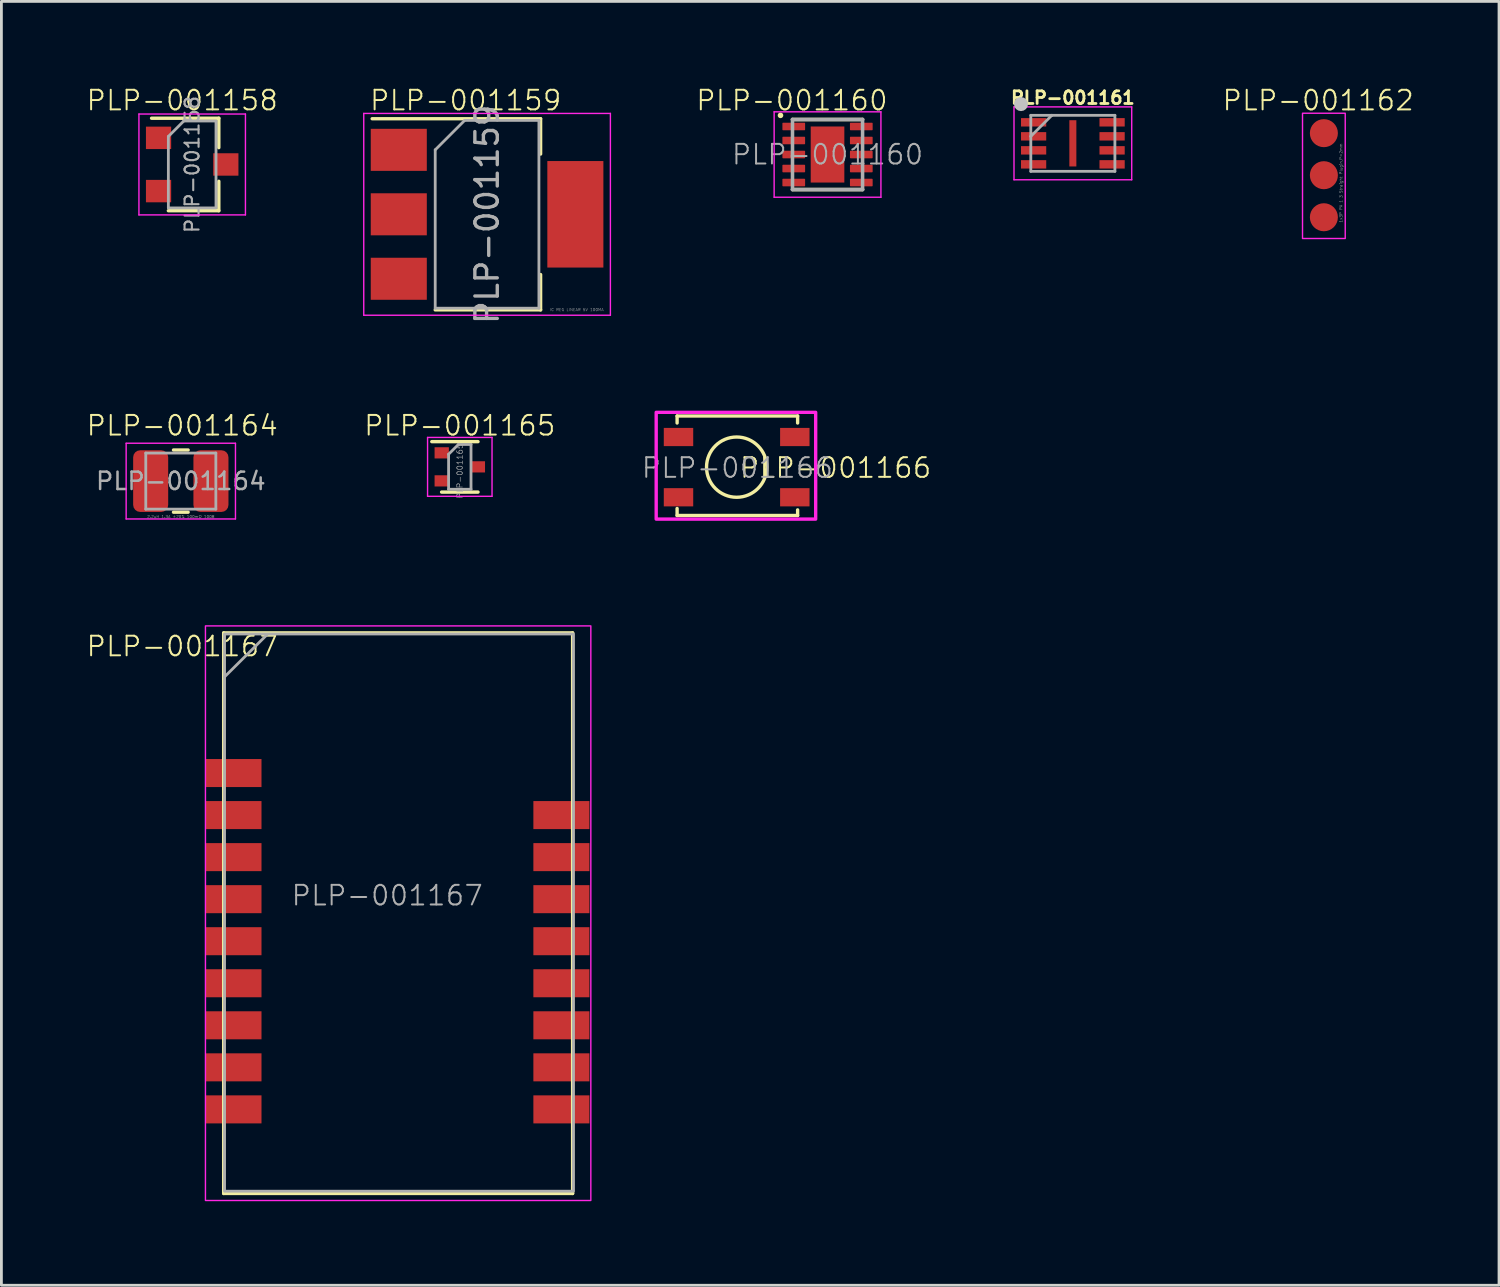
<source format=kicad_pcb>
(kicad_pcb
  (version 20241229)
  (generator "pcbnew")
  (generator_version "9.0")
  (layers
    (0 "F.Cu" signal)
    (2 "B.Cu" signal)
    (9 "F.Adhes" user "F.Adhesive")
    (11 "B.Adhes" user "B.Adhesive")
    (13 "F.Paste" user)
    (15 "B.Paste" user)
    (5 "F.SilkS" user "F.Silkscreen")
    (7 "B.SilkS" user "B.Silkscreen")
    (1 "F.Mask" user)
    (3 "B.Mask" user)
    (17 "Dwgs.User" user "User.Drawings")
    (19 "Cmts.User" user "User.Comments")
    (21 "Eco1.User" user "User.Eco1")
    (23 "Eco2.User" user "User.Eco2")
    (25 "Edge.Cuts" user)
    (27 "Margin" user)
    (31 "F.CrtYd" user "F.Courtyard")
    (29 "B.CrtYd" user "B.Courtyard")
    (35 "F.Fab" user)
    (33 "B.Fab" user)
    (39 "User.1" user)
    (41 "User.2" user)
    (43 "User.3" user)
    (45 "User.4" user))
  (footprint "PLP-001161"
    (layer "F.Cu")
    (at 35.228 2.064)
    (property "Reference" "PLP-001161" (at 0 -1.626 0) (layer "F.SilkS") (effects (font (size 0.45 0.45) (thickness 0.1))))
    (attr through_hole)
    (fp_circle (center -1.85 -1.4) (end -1.725 -1.4) (stroke (width 0.25) (type solid)) (fill no) (layer "Dwgs.User"))
    (fp_line (start -2.1 -1.3) (end 2.1 -1.3) (stroke (width 0.05) (type solid)) (layer "F.CrtYd"))
    (fp_line (start -2.1 1.3) (end -2.1 -1.3) (stroke (width 0.05) (type solid)) (layer "F.CrtYd"))
    (fp_line (start 2.1 -1.3) (end 2.1 1.3) (stroke (width 0.05) (type solid)) (layer "F.CrtYd"))
    (fp_line (start 2.1 1.3) (end -2.1 1.3) (stroke (width 0.05) (type solid)) (layer "F.CrtYd"))
    (fp_line (start -1.5 -1) (end -0.75 -1) (stroke (width 0.1) (type solid)) (layer "F.Fab"))
    (fp_line (start -1.5 -0.25) (end -1.5 -1) (stroke (width 0.1) (type solid)) (layer "F.Fab"))
    (fp_line (start -1.5 -0.25) (end -0.75 -1) (stroke (width 0.1) (type solid)) (layer "F.Fab"))
    (fp_line (start -1.5 1) (end -1.5 -0.25) (stroke (width 0.1) (type solid)) (layer "F.Fab"))
    (fp_line (start -0.75 -1) (end 1.5 -1) (stroke (width 0.1) (type solid)) (layer "F.Fab"))
    (fp_line (start 1.5 -1) (end 1.5 1) (stroke (width 0.1) (type solid)) (layer "F.Fab"))
    (fp_line (start 1.5 1) (end -1.5 1) (stroke (width 0.1) (type solid)) (layer "F.Fab"))
    (pad "1" smd rect (at -1.4 -0.75) (size 0.9 0.3) (layers "F.Cu" "F.Mask" "F.Paste"))
    (pad "2" smd rect (at -1.4 -0.25) (size 0.9 0.3) (layers "F.Cu" "F.Mask" "F.Paste"))
    (pad "3" smd rect (at -1.4 0.25) (size 0.9 0.3) (layers "F.Cu" "F.Mask" "F.Paste"))
    (pad "4" smd rect (at -1.4 0.75) (size 0.9 0.3) (layers "F.Cu" "F.Mask" "F.Paste"))
    (pad "5" smd rect (at 1.4 0.75) (size 0.9 0.3) (layers "F.Cu" "F.Mask" "F.Paste"))
    (pad "6" smd rect (at 1.4 0.25) (size 0.9 0.3) (layers "F.Cu" "F.Mask" "F.Paste"))
    (pad "7" smd rect (at 1.4 -0.25) (size 0.9 0.3) (layers "F.Cu" "F.Mask" "F.Paste"))
    (pad "8" smd rect (at 1.4 -0.75) (size 0.9 0.3) (layers "F.Cu" "F.Mask" "F.Paste"))
    (pad "9" smd rect (at 0 0 90) (size 1.65 0.25) (layers "F.Cu" "F.Mask" "F.Paste")))
  (footprint "PLP-001159"
    (layer "F.Cu")
    (at 14.328 4.596)
    (property "Reference" "PLP-001159" (at -0.762 -4.064 0) (layer "F.SilkS") (effects (font (size 0.7 0.7) (thickness 0.07))))
    (attr smd)
    (fp_line (start -4.1 -3.41) (end 1.91 -3.41) (stroke (width 0.12) (type solid)) (layer "F.SilkS"))
    (fp_line (start -1.85 3.41) (end 1.91 3.41) (stroke (width 0.12) (type solid)) (layer "F.SilkS"))
    (fp_line (start 1.91 -3.41) (end 1.91 -2.15) (stroke (width 0.12) (type solid)) (layer "F.SilkS"))
    (fp_line (start 1.91 3.41) (end 1.91 2.15) (stroke (width 0.12) (type solid)) (layer "F.SilkS"))
    (fp_line (start -4.4 -3.6) (end -4.4 3.6) (stroke (width 0.05) (type solid)) (layer "F.CrtYd"))
    (fp_line (start -4.4 3.6) (end 4.4 3.6) (stroke (width 0.05) (type solid)) (layer "F.CrtYd"))
    (fp_line (start 4.4 -3.6) (end -4.4 -3.6) (stroke (width 0.05) (type solid)) (layer "F.CrtYd"))
    (fp_line (start 4.4 3.6) (end 4.4 -3.6) (stroke (width 0.05) (type solid)) (layer "F.CrtYd"))
    (fp_line (start -1.85 -2.3) (end -1.85 3.35) (stroke (width 0.1) (type solid)) (layer "F.Fab"))
    (fp_line (start -1.85 -2.3) (end -0.8 -3.35) (stroke (width 0.1) (type solid)) (layer "F.Fab"))
    (fp_line (start -1.85 3.35) (end 1.85 3.35) (stroke (width 0.1) (type solid)) (layer "F.Fab"))
    (fp_line (start -0.8 -3.35) (end 1.85 -3.35) (stroke (width 0.1) (type solid)) (layer "F.Fab"))
    (fp_line (start 1.85 -3.35) (end 1.85 3.35) (stroke (width 0.1) (type solid)) (layer "F.Fab"))
    (fp_text user "${REFERENCE}" (at 0 0 90) (layer "F.Fab") (effects (font (size 0.8 0.8) (thickness 0.12))))
    (fp_text user "IC REG LINEAR 5V 100MA" (at 3.2 3.404 0) (layer "F.Fab") (effects (font (size 0.1 0.1) (thickness 0.01))))
    (pad "1" smd rect (at -3.15 -2.3) (size 2 1.5) (layers "F.Cu" "F.Mask" "F.Paste"))
    (pad "2" smd rect (at -3.15 0) (size 2 1.5) (layers "F.Cu" "F.Mask" "F.Paste"))
    (pad "3" smd rect (at -3.15 2.3) (size 2 1.5) (layers "F.Cu" "F.Mask" "F.Paste"))
    (pad "4" smd rect (at 3.15 0) (size 2 3.8) (layers "F.Cu" "F.Mask" "F.Paste")))
  (footprint "PLP-001158"
    (layer "F.Cu")
    (at 3.807 2.818)
    (property "Reference" "PLP-001158" (at -0.356 -2.286 180) (layer "F.SilkS") (effects (font (size 0.7 0.7) (thickness 0.07))))
    (attr smd)
    (fp_line (start -1.45 -1.65) (end 0.95 -1.65) (stroke (width 0.12) (type solid)) (layer "F.SilkS"))
    (fp_line (start -0.85 1.65) (end 0.95 1.65) (stroke (width 0.12) (type solid)) (layer "F.SilkS"))
    (fp_line (start 0.95 -1.65) (end 0.95 -0.6) (stroke (width 0.12) (type solid)) (layer "F.SilkS"))
    (fp_line (start 0.95 1.65) (end 0.95 0.6) (stroke (width 0.12) (type solid)) (layer "F.SilkS"))
    (fp_line (start -1.9 -1.8) (end -1.9 1.8) (stroke (width 0.05) (type solid)) (layer "F.CrtYd"))
    (fp_line (start -1.9 -1.8) (end 1.9 -1.8) (stroke (width 0.05) (type solid)) (layer "F.CrtYd"))
    (fp_line (start 1.9 1.8) (end -1.9 1.8) (stroke (width 0.05) (type solid)) (layer "F.CrtYd"))
    (fp_line (start 1.9 1.8) (end 1.9 -1.8) (stroke (width 0.05) (type solid)) (layer "F.CrtYd"))
    (fp_line (start -0.85 1.55) (end -0.85 -1) (stroke (width 0.1) (type solid)) (layer "F.Fab"))
    (fp_line (start -0.85 1.55) (end 0.85 1.55) (stroke (width 0.1) (type solid)) (layer "F.Fab"))
    (fp_line (start -0.3 -1.55) (end -0.85 -1) (stroke (width 0.1) (type solid)) (layer "F.Fab"))
    (fp_line (start -0.3 -1.55) (end 0.85 -1.55) (stroke (width 0.1) (type solid)) (layer "F.Fab"))
    (fp_line (start 0.85 -1.52) (end 0.85 1.52) (stroke (width 0.1) (type solid)) (layer "F.Fab"))
    (fp_text user "${REFERENCE}" (at 0 0 270) (layer "F.Fab") (effects (font (size 0.5 0.5) (thickness 0.075))))
    (pad "1" smd rect (at -1.2 -0.95) (size 0.9 0.8) (layers "F.Cu" "F.Mask" "F.Paste"))
    (pad "2" smd rect (at -1.2 0.95) (size 0.9 0.8) (layers "F.Cu" "F.Mask" "F.Paste"))
    (pad "3" smd rect (at 1.2 0) (size 0.9 0.8) (layers "F.Cu" "F.Mask" "F.Paste")))
  (footprint "PLP-001160"
    (layer "F.Cu")
    (at 26.475 2.463)
    (property "Reference" "PLP-001160" (at -1.27 -1.93 180) (layer "F.SilkS") (effects (font (size 0.7 0.7) (thickness 0.07))))
    (attr through_hole)
    (fp_line (start 1.25 -1.25) (end -1.25 -1.25) (stroke (width 0.127) (type solid)) (layer "F.SilkS"))
    (fp_line (start 1.25 1.25) (end -1.25 1.25) (stroke (width 0.127) (type solid)) (layer "F.SilkS"))
    (fp_circle (center -1.678 -1.397) (end -1.628 -1.397) (stroke (width 0.1) (type solid)) (fill no) (layer "F.SilkS"))
    (fp_poly (pts (xy -0.381 -0.63) (xy 0.38 -0.63) (xy 0.38 0.632) (xy -0.381 0.632)) (stroke (width 0.01) (type solid)) (fill yes) (layer "F.Paste"))
    (fp_line (start -1.905 -1.524) (end 1.905 -1.524) (stroke (width 0.05) (type solid)) (layer "F.CrtYd"))
    (fp_line (start -1.905 1.524) (end -1.905 -1.524) (stroke (width 0.05) (type solid)) (layer "F.CrtYd"))
    (fp_line (start 1.905 -1.524) (end 1.905 1.524) (stroke (width 0.05) (type solid)) (layer "F.CrtYd"))
    (fp_line (start 1.905 1.524) (end -1.905 1.524) (stroke (width 0.05) (type solid)) (layer "F.CrtYd"))
    (fp_line (start -1.25 -1.25) (end 1.25 -1.25) (stroke (width 0.127) (type solid)) (layer "F.Fab"))
    (fp_line (start -1.25 1.25) (end -1.25 -1.25) (stroke (width 0.127) (type solid)) (layer "F.Fab"))
    (fp_line (start 1.25 -1.25) (end 1.25 1.25) (stroke (width 0.127) (type solid)) (layer "F.Fab"))
    (fp_line (start 1.25 1.25) (end -1.25 1.25) (stroke (width 0.127) (type solid)) (layer "F.Fab"))
    (fp_text user "${REFERENCE}" (at 0 0 0) (layer "F.Fab") (effects (font (size 0.7 0.7) (thickness 0.07))))
    (pad "1" smd roundrect (at -1.205 -1) (size 0.81 0.27) (layers "F.Cu" "F.Mask" "F.Paste") (roundrect_rratio 0.09))
    (pad "2" smd roundrect (at -1.205 -0.5) (size 0.81 0.27) (layers "F.Cu" "F.Mask" "F.Paste") (roundrect_rratio 0.09))
    (pad "3" smd roundrect (at -1.205 0) (size 0.81 0.27) (layers "F.Cu" "F.Mask" "F.Paste") (roundrect_rratio 0.09))
    (pad "4" smd roundrect (at -1.205 0.5) (size 0.81 0.27) (layers "F.Cu" "F.Mask" "F.Paste") (roundrect_rratio 0.09))
    (pad "5" smd roundrect (at -1.205 1) (size 0.81 0.27) (layers "F.Cu" "F.Mask" "F.Paste") (roundrect_rratio 0.09))
    (pad "6" smd roundrect (at 1.205 1) (size 0.81 0.27) (layers "F.Cu" "F.Mask" "F.Paste") (roundrect_rratio 0.09))
    (pad "7" smd roundrect (at 1.205 0.5) (size 0.81 0.27) (layers "F.Cu" "F.Mask" "F.Paste") (roundrect_rratio 0.09))
    (pad "8" smd roundrect (at 1.205 0) (size 0.81 0.27) (layers "F.Cu" "F.Mask" "F.Paste") (roundrect_rratio 0.09))
    (pad "9" smd roundrect (at 1.205 -0.5) (size 0.81 0.27) (layers "F.Cu" "F.Mask" "F.Paste") (roundrect_rratio 0.09))
    (pad "10" smd roundrect (at 1.205 -1) (size 0.81 0.27) (layers "F.Cu" "F.Mask" "F.Paste") (roundrect_rratio 0.09))
    (pad "11" smd rect (at 0 0) (size 1.2 2) (layers "F.Cu" "F.Mask")))
  (footprint "PLP-001164"
    (layer "F.Cu")
    (at 3.401 14.115)
    (property "Reference" "PLP-001164" (at 0.051 -1.981 0) (layer "F.SilkS") (effects (font (size 0.7 0.7) (thickness 0.07))))
    (attr smd)
    (fp_line (start -0.261 -1.11) (end 0.261 -1.11) (stroke (width 0.12) (type solid)) (layer "F.SilkS"))
    (fp_line (start -0.261 1.11) (end 0.261 1.11) (stroke (width 0.12) (type solid)) (layer "F.SilkS"))
    (fp_line (start -1.95 -1.35) (end 1.95 -1.35) (stroke (width 0.05) (type solid)) (layer "F.CrtYd"))
    (fp_line (start -1.95 1.35) (end -1.95 -1.35) (stroke (width 0.05) (type solid)) (layer "F.CrtYd"))
    (fp_line (start 1.95 -1.35) (end 1.95 1.35) (stroke (width 0.05) (type solid)) (layer "F.CrtYd"))
    (fp_line (start 1.95 1.35) (end -1.95 1.35) (stroke (width 0.05) (type solid)) (layer "F.CrtYd"))
    (fp_line (start -1.25 -1) (end 1.25 -1) (stroke (width 0.1) (type solid)) (layer "F.Fab"))
    (fp_line (start -1.25 1) (end -1.25 -1) (stroke (width 0.1) (type solid)) (layer "F.Fab"))
    (fp_line (start 1.25 -1) (end 1.25 1) (stroke (width 0.1) (type solid)) (layer "F.Fab"))
    (fp_line (start 1.25 1) (end -1.25 1) (stroke (width 0.1) (type solid)) (layer "F.Fab"))
    (fp_text user "${REFERENCE}" (at 0 0 180) (layer "F.Fab") (effects (font (size 0.62 0.62) (thickness 0.09))))
    (fp_text user "2.2uH 1.3A ±20% 100mΩ 1008" (at 0 1.27 0) (layer "F.Fab") (effects (font (size 0.1 0.1) (thickness 0.01))))
    (pad "1" smd roundrect (at -1.075 0) (size 1.25 2.2) (layers "F.Cu" "F.Mask" "F.Paste") (roundrect_rratio 0.2))
    (pad "2" smd roundrect (at 1.075 0) (size 1.25 2.2) (layers "F.Cu" "F.Mask" "F.Paste") (roundrect_rratio 0.2)))
  (footprint "PLP-001166"
    (layer "F.Cu")
    (at 23.258 13.642)
    (property "Reference" "PLP-001166" (at 3.505 0 0) (layer "F.SilkS") (effects (font (size 0.7 0.7) (thickness 0.07))))
    (attr through_hole)
    (fp_line (start -2.15 -1.85) (end -2.15 -1.6) (stroke (width 0.12) (type solid)) (layer "F.SilkS"))
    (fp_line (start -2.15 -1.85) (end 2.15 -1.85) (stroke (width 0.12) (type solid)) (layer "F.SilkS"))
    (fp_line (start -2.15 1.7) (end -2.15 1.45) (stroke (width 0.12) (type solid)) (layer "F.SilkS"))
    (fp_line (start -2.15 1.7) (end 2.15 1.7) (stroke (width 0.12) (type solid)) (layer "F.SilkS"))
    (fp_line (start 2.15 -1.85) (end 2.15 -1.6) (stroke (width 0.12) (type solid)) (layer "F.SilkS"))
    (fp_line (start 2.15 1.7) (end 2.15 1.5) (stroke (width 0.12) (type solid)) (layer "F.SilkS"))
    (fp_circle (center -0.025 -0.025) (end -0.025 -1.1) (stroke (width 0.12) (type solid)) (fill no) (layer "F.SilkS"))
    (fp_rect (start -2.896 -1.981) (end 2.794 1.829) (stroke (width 0.12) (type solid)) (fill no) (layer "F.CrtYd"))
    (fp_text user "${REFERENCE}" (at 0 0 0) (unlocked yes) (layer "F.Fab") (effects (font (size 0.7 0.7) (thickness 0.07))))
    (pad "1" smd rect (at -2.1 -1.1) (size 1.05 0.65) (layers "F.Cu" "F.Mask" "F.Paste"))
    (pad "1" smd rect (at 2.05 -1.1) (size 1.05 0.65) (layers "F.Cu" "F.Mask" "F.Paste"))
    (pad "2" smd rect (at -2.1 1.05) (size 1.05 0.65) (layers "F.Cu" "F.Mask" "F.Paste"))
    (pad "2" smd rect (at 2.05 1.05) (size 1.05 0.65) (layers "F.Cu" "F.Mask" "F.Paste")))
  (footprint "PLP-001167"
    (layer "F.Cu")
    (at 5.28 24.531)
    (property "Reference" "PLP-001167" (at -1.829 -4.521 0) (unlocked yes) (layer "F.SilkS") (effects (font (size 0.7 0.7) (thickness 0.07))))
    (attr smd)
    (fp_line (start -0.35 -5) (end 12.1 -5) (stroke (width 0.12) (type solid)) (layer "F.SilkS"))
    (fp_line (start -0.35 15) (end -0.35 -5) (stroke (width 0.12) (type solid)) (layer "F.SilkS"))
    (fp_line (start 12.1 -5) (end 12.1 15) (stroke (width 0.12) (type solid)) (layer "F.SilkS"))
    (fp_line (start 12.1 15) (end -0.35 15) (stroke (width 0.12) (type solid)) (layer "F.SilkS"))
    (fp_rect (start -1 -5.25) (end 12.75 15.25) (stroke (width 0.05) (type default)) (fill no) (layer "F.CrtYd"))
    (fp_line (start -0.32 -3.43) (end 1.19 -4.93) (stroke (width 0.1) (type default)) (layer "F.Fab"))
    (fp_rect (start -0.32 -4.96) (end 12.13 14.92) (stroke (width 0.1) (type default)) (fill no) (layer "F.Fab"))
    (fp_text user "${REFERENCE}" (at 5.486 4.369 0) (unlocked yes) (layer "F.Fab") (effects (font (size 0.7 0.7) (thickness 0.07))))
    (pad "0" smd rect (at 0 0) (size 2 1) (layers "F.Cu" "F.Mask" "F.Paste"))
    (pad "1" smd rect (at 0 1.5) (size 2 1) (layers "F.Cu" "F.Mask" "F.Paste"))
    (pad "2" smd rect (at 0 3) (size 2 1) (layers "F.Cu" "F.Mask" "F.Paste"))
    (pad "3" smd rect (at 0 4.5) (size 2 1) (layers "F.Cu" "F.Mask" "F.Paste"))
    (pad "4" smd rect (at 0 6) (size 2 1) (layers "F.Cu" "F.Mask" "F.Paste"))
    (pad "5" smd rect (at 0 7.5) (size 2 1) (layers "F.Cu" "F.Mask" "F.Paste"))
    (pad "6" smd rect (at 0 9) (size 2 1) (layers "F.Cu" "F.Mask" "F.Paste"))
    (pad "7" smd rect (at 0 10.5) (size 2 1) (layers "F.Cu" "F.Mask" "F.Paste"))
    (pad "8" smd rect (at 0 12) (size 2 1) (layers "F.Cu" "F.Mask" "F.Paste"))
    (pad "9" smd rect (at 11.7 12) (size 2 1) (layers "F.Cu" "F.Mask" "F.Paste"))
    (pad "10" smd rect (at 11.7 10.5) (size 2 1) (layers "F.Cu" "F.Mask" "F.Paste"))
    (pad "11" smd rect (at 11.7 9) (size 2 1) (layers "F.Cu" "F.Mask" "F.Paste"))
    (pad "12" smd rect (at 11.7 7.5) (size 2 1) (layers "F.Cu" "F.Mask" "F.Paste"))
    (pad "13" smd rect (at 11.7 6) (size 2 1) (layers "F.Cu" "F.Mask" "F.Paste"))
    (pad "14" smd rect (at 11.7 4.5) (size 2 1) (layers "F.Cu" "F.Mask" "F.Paste"))
    (pad "15" smd rect (at 11.7 3) (size 2 1) (layers "F.Cu" "F.Mask" "F.Paste"))
    (pad "16" smd rect (at 11.7 1.5) (size 2 1) (layers "F.Cu" "F.Mask" "F.Paste"))
    (zone (net_name "") (layer "F.Cu") (hatch edge 0.508) (connect_pads) (min_thickness 0.254) (filled_areas_thickness no) (keepout (tracks not_allowed) (vias not_allowed) (pads not_allowed) (copperpour not_allowed) (footprints not_allowed)) (placement (enabled no)) (fill) (polygon (pts (xy 16.86 39.571) (xy 5.26 39.571) (xy 5.26 37.071) (xy 16.86 37.071))))
    (zone (net_name "") (layers "F.Cu" "B.Cu") (hatch edge 0.508) (connect_pads) (min_thickness 0.254) (filled_areas_thickness no) (keepout (tracks not_allowed) (vias not_allowed) (pads not_allowed) (copperpour not_allowed) (footprints not_allowed)) (placement (enabled no)) (fill) (polygon (pts (xy 17.38 24.531) (xy 8.28 24.531) (xy 8.28 18.531) (xy 17.38 18.531)))))
  (footprint "PLP-001165"
    (layer "F.Cu")
    (at 13.355 13.607)
    (property "Reference" "PLP-001165" (at 0 -1.473 0) (layer "F.SilkS") (effects (font (size 0.7 0.7) (thickness 0.07))))
    (attr smd)
    (fp_line (start -1 -0.9) (end 0.65 -0.9) (stroke (width 0.12) (type solid)) (layer "F.SilkS"))
    (fp_line (start 0.65 0.9) (end -0.65 0.9) (stroke (width 0.12) (type solid)) (layer "F.SilkS"))
    (fp_line (start -1.15 -1.05) (end -1.15 1.05) (stroke (width 0.05) (type solid)) (layer "F.CrtYd"))
    (fp_line (start -1.15 -1.05) (end 1.15 -1.05) (stroke (width 0.05) (type solid)) (layer "F.CrtYd"))
    (fp_line (start 1.15 1.05) (end -1.15 1.05) (stroke (width 0.05) (type solid)) (layer "F.CrtYd"))
    (fp_line (start 1.15 1.05) (end 1.15 -1.05) (stroke (width 0.05) (type solid)) (layer "F.CrtYd"))
    (fp_line (start -0.4 -0.45) (end -0.4 0.8) (stroke (width 0.1) (type solid)) (layer "F.Fab"))
    (fp_line (start -0.4 -0.45) (end -0.05 -0.8) (stroke (width 0.1) (type solid)) (layer "F.Fab"))
    (fp_line (start -0.4 0.8) (end 0.4 0.8) (stroke (width 0.1) (type solid)) (layer "F.Fab"))
    (fp_line (start 0.4 -0.8) (end -0.05 -0.8) (stroke (width 0.1) (type solid)) (layer "F.Fab"))
    (fp_line (start 0.4 0.8) (end 0.4 -0.8) (stroke (width 0.1) (type solid)) (layer "F.Fab"))
    (fp_text user "${REFERENCE}" (at 0 0.152 270) (layer "F.Fab") (effects (font (size 0.2 0.2) (thickness 0.02))))
    (pad "1" smd rect (at -0.645 -0.5 180) (size 0.51 0.4) (layers "F.Cu" "F.Mask" "F.Paste"))
    (pad "2" smd rect (at -0.645 0.5 180) (size 0.51 0.4) (layers "F.Cu" "F.Mask" "F.Paste"))
    (pad "3" smd rect (at 0.645 0 180) (size 0.51 0.4) (layers "F.Cu" "F.Mask" "F.Paste")))
  (footprint "PLP-001162"
    (layer "F.Cu")
    (at 44.184 1.701)
    (property "Reference" "PLP-001162" (at -0.203 -1.168 0) (layer "F.SilkS") (effects (font (size 0.7 0.7) (thickness 0.07))))
    (attr through_hole)
    (fp_rect (start -0.762 -0.711) (end 0.762 3.759) (stroke (width 0.05) (type solid)) (fill no) (layer "F.CrtYd"))
    (fp_text user "1x3P PA 1 3 Straight Plugin,P=2mm" (at 0.61 1.778 90) (layer "F.Fab") (effects (font (size 0.1 0.1) (thickness 0.01))))
    (pad "1" smd circle (at 0 0) (size 1 1) (layers "F.Cu" "F.Mask" "F.Paste"))
    (pad "2" smd oval (at 0 1.5) (size 1 1) (layers "F.Cu" "F.Mask" "F.Paste"))
    (pad "3" smd oval (at 0 3) (size 1 1) (layers "F.Cu" "F.Mask" "F.Paste")))
  (gr_rect
    (start -3 -3)
    (end 50.433 42.806)
    (stroke (width 0.1) (type default))
    (fill no)
    (layer "Edge.Cuts")))
</source>
